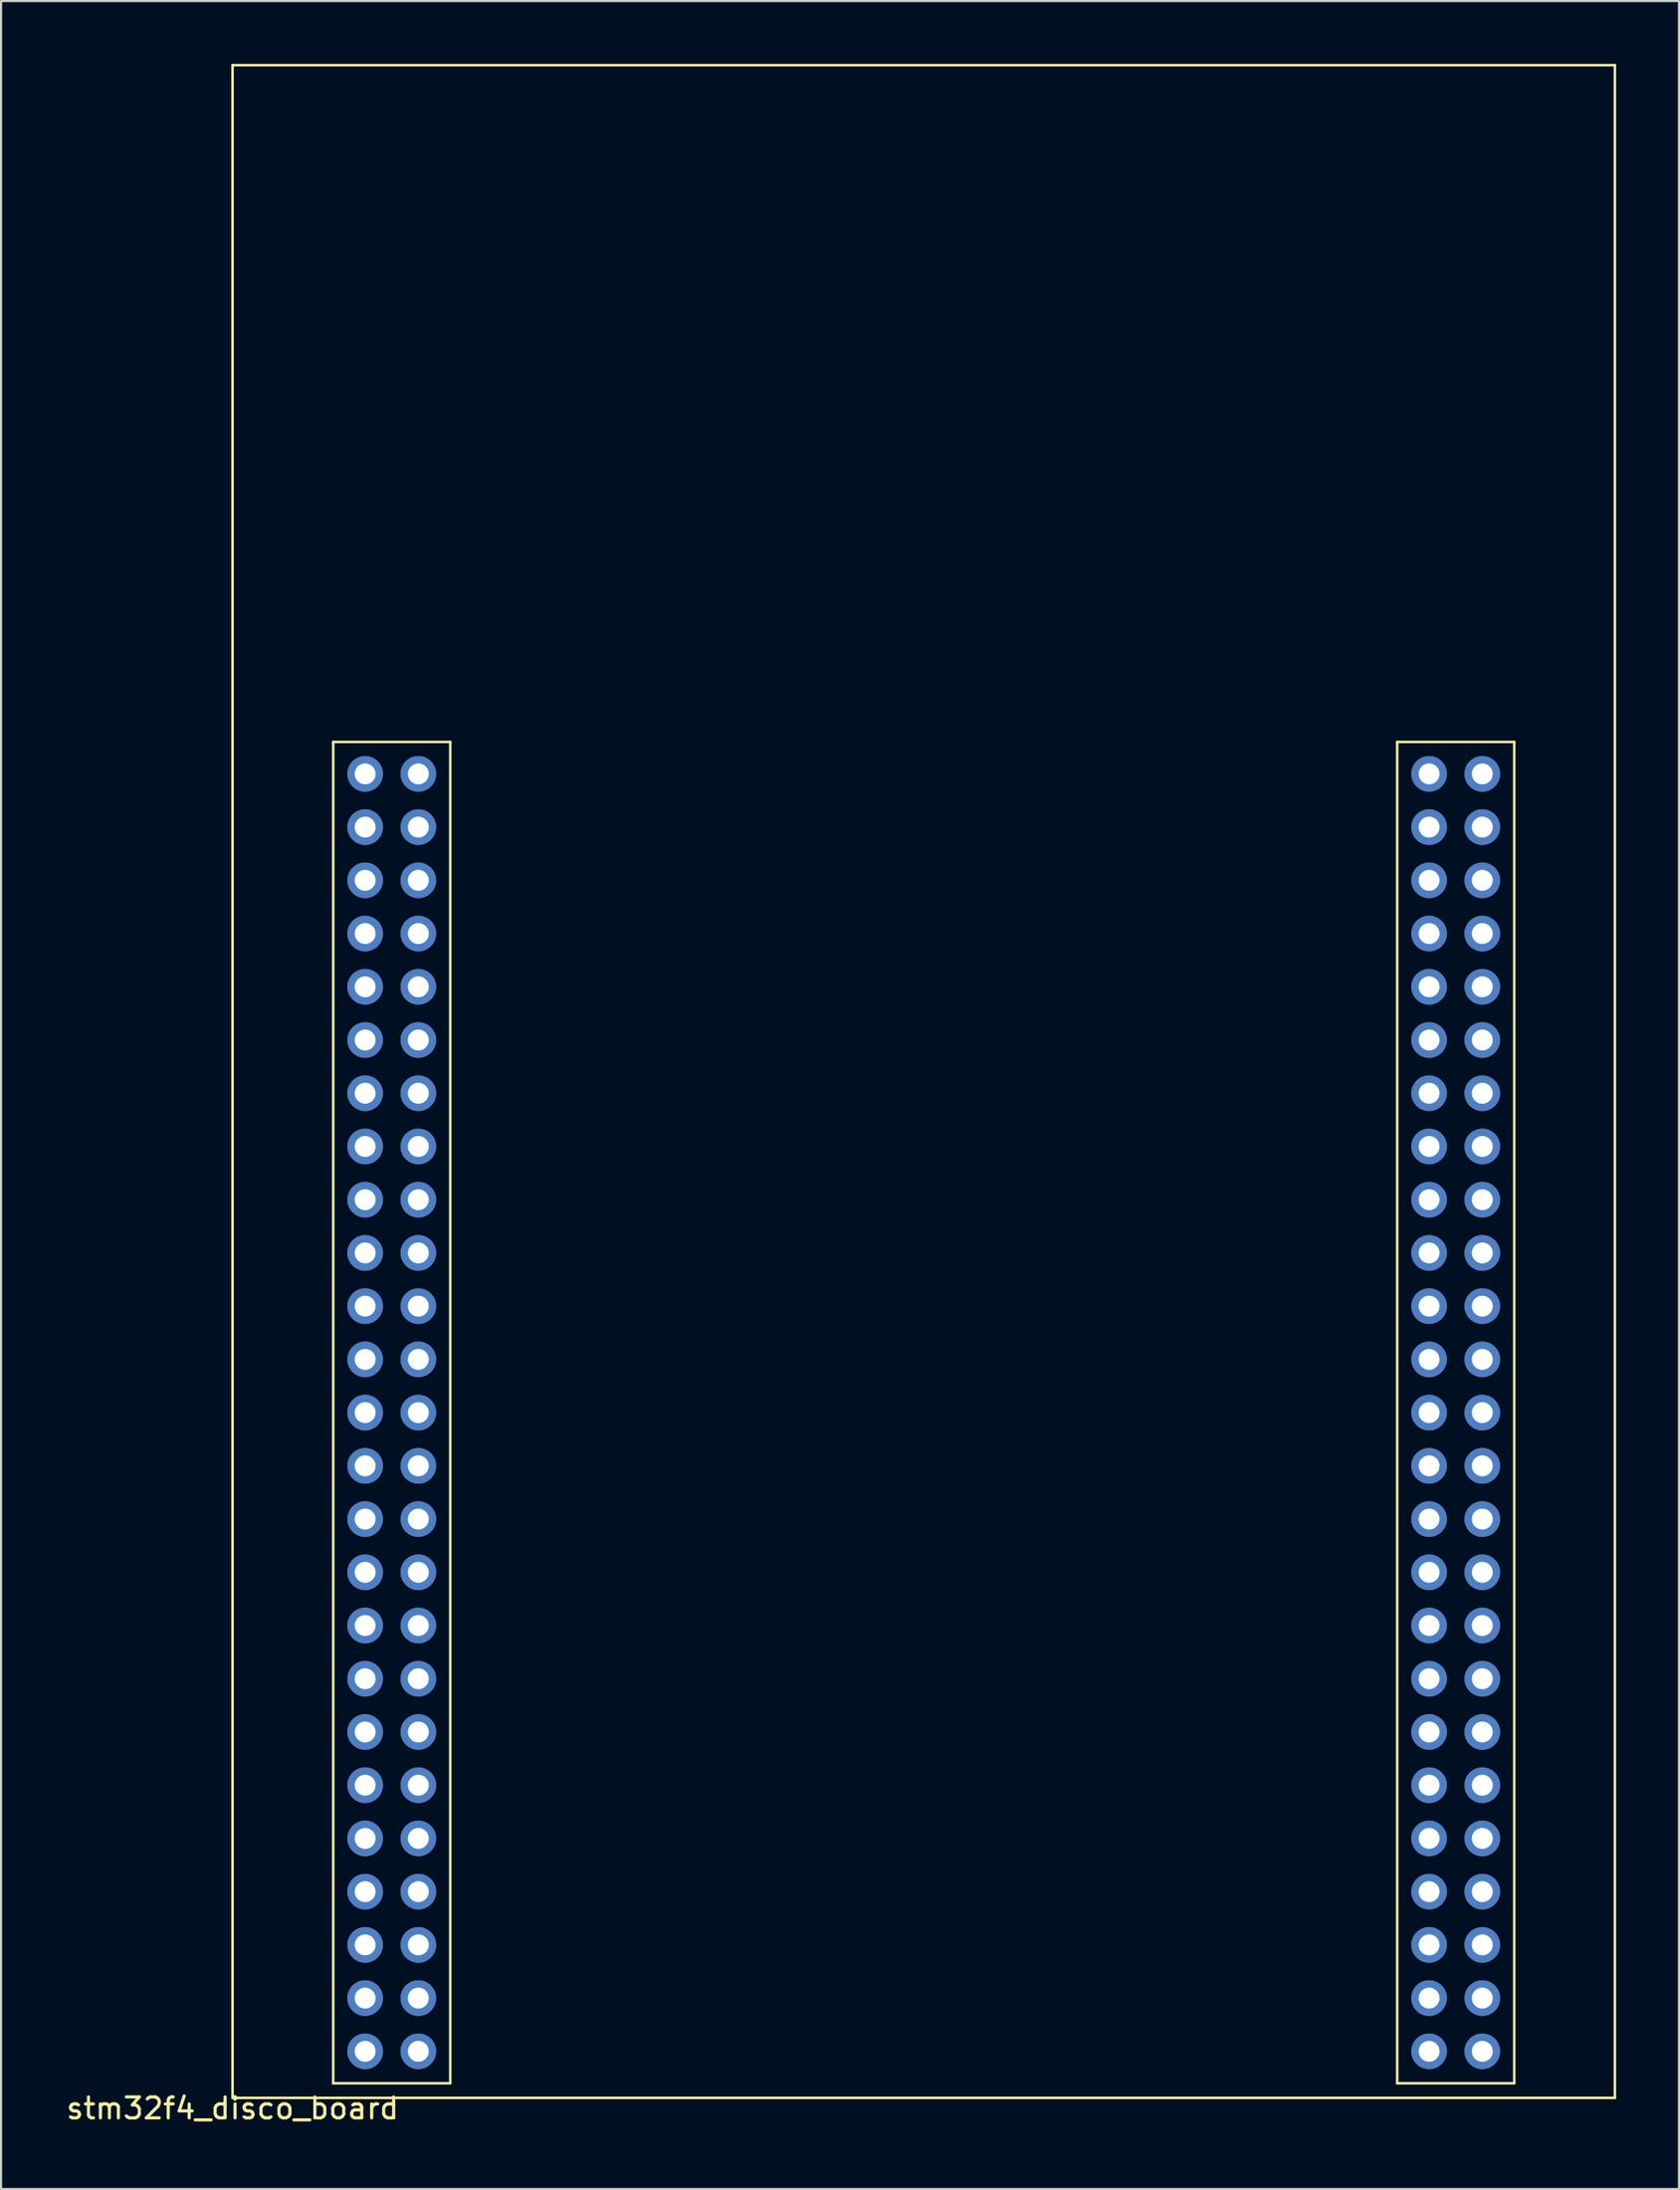
<source format=kicad_pcb>
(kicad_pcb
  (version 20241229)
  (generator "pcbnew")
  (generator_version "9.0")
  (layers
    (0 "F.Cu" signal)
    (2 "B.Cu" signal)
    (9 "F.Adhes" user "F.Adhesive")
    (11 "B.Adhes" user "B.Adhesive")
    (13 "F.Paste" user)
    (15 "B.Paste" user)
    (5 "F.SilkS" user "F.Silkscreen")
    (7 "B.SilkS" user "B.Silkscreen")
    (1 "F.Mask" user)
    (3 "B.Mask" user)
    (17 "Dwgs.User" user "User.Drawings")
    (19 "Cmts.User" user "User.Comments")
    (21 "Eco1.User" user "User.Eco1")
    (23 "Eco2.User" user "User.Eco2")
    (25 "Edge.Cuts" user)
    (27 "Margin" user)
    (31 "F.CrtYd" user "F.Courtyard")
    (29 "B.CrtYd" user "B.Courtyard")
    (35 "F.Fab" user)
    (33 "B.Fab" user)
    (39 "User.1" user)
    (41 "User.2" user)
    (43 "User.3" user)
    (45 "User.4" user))
  (footprint "stm32f4_disco_board"
    (layer "F.Cu")
    (at 8.054 97.06)
    (property "Reference" "stm32f4_disco_board" (at 0 0.5 0) (layer "F.SilkS") (effects (font (size 1 1) (thickness 0.15))))
    (attr through_hole)
    (fp_line (start 0 -97) (end 66 -97) (stroke (width 0.12) (type solid)) (layer "F.SilkS"))
    (fp_line (start 0 0) (end 0 -97) (stroke (width 0.12) (type solid)) (layer "F.SilkS"))
    (fp_line (start 4.806 -64.704) (end 10.394 -64.704) (stroke (width 0.12) (type solid)) (layer "F.SilkS"))
    (fp_line (start 4.806 -0.696) (end 4.806 -64.704) (stroke (width 0.12) (type solid)) (layer "F.SilkS"))
    (fp_line (start 10.394 -64.704) (end 10.394 -0.696) (stroke (width 0.12) (type solid)) (layer "F.SilkS"))
    (fp_line (start 10.394 -0.696) (end 4.806 -0.696) (stroke (width 0.12) (type solid)) (layer "F.SilkS"))
    (fp_line (start 55.606 -64.704) (end 55.606 -0.696) (stroke (width 0.12) (type solid)) (layer "F.SilkS"))
    (fp_line (start 55.606 -0.696) (end 61.194 -0.696) (stroke (width 0.12) (type solid)) (layer "F.SilkS"))
    (fp_line (start 61.194 -64.704) (end 55.606 -64.704) (stroke (width 0.12) (type solid)) (layer "F.SilkS"))
    (fp_line (start 61.194 -0.696) (end 61.194 -64.704) (stroke (width 0.12) (type solid)) (layer "F.SilkS"))
    (fp_line (start 66 -97) (end 66 0) (stroke (width 0.12) (type solid)) (layer "F.SilkS"))
    (fp_line (start 66 0) (end 0 0) (stroke (width 0.12) (type solid)) (layer "F.SilkS"))
    (pad "1" thru_hole oval (at 6.33 -63.18) (size 1.7 1.7) (drill 1) (layers "*.Cu" "*.Mask"))
    (pad "2" thru_hole oval (at 8.87 -63.18) (size 1.7 1.7) (drill 1) (layers "*.Cu" "*.Mask"))
    (pad "3" thru_hole oval (at 6.33 -60.64) (size 1.7 1.7) (drill 1) (layers "*.Cu" "*.Mask"))
    (pad "4" thru_hole oval (at 8.87 -60.64) (size 1.7 1.7) (drill 1) (layers "*.Cu" "*.Mask"))
    (pad "5" thru_hole oval (at 6.33 -58.1) (size 1.7 1.7) (drill 1) (layers "*.Cu" "*.Mask"))
    (pad "6" thru_hole oval (at 8.87 -58.1) (size 1.7 1.7) (drill 1) (layers "*.Cu" "*.Mask"))
    (pad "7" thru_hole oval (at 6.33 -55.56) (size 1.7 1.7) (drill 1) (layers "*.Cu" "*.Mask"))
    (pad "8" thru_hole oval (at 8.87 -55.56) (size 1.7 1.7) (drill 1) (layers "*.Cu" "*.Mask"))
    (pad "9" thru_hole oval (at 6.33 -53.02) (size 1.7 1.7) (drill 1) (layers "*.Cu" "*.Mask"))
    (pad "10" thru_hole oval (at 8.87 -53.02) (size 1.7 1.7) (drill 1) (layers "*.Cu" "*.Mask"))
    (pad "11" thru_hole oval (at 6.33 -50.48) (size 1.7 1.7) (drill 1) (layers "*.Cu" "*.Mask"))
    (pad "12" thru_hole oval (at 8.87 -50.48) (size 1.7 1.7) (drill 1) (layers "*.Cu" "*.Mask"))
    (pad "13" thru_hole oval (at 6.33 -47.94) (size 1.7 1.7) (drill 1) (layers "*.Cu" "*.Mask"))
    (pad "14" thru_hole oval (at 8.87 -47.94) (size 1.7 1.7) (drill 1) (layers "*.Cu" "*.Mask"))
    (pad "15" thru_hole oval (at 6.33 -45.4) (size 1.7 1.7) (drill 1) (layers "*.Cu" "*.Mask"))
    (pad "16" thru_hole oval (at 8.87 -45.4) (size 1.7 1.7) (drill 1) (layers "*.Cu" "*.Mask"))
    (pad "17" thru_hole oval (at 6.33 -42.86) (size 1.7 1.7) (drill 1) (layers "*.Cu" "*.Mask"))
    (pad "18" thru_hole oval (at 8.87 -42.86) (size 1.7 1.7) (drill 1) (layers "*.Cu" "*.Mask"))
    (pad "19" thru_hole oval (at 6.33 -40.32) (size 1.7 1.7) (drill 1) (layers "*.Cu" "*.Mask"))
    (pad "20" thru_hole oval (at 8.87 -40.32) (size 1.7 1.7) (drill 1) (layers "*.Cu" "*.Mask"))
    (pad "21" thru_hole oval (at 6.33 -37.78) (size 1.7 1.7) (drill 1) (layers "*.Cu" "*.Mask"))
    (pad "22" thru_hole oval (at 8.87 -37.78) (size 1.7 1.7) (drill 1) (layers "*.Cu" "*.Mask"))
    (pad "23" thru_hole oval (at 6.33 -35.24) (size 1.7 1.7) (drill 1) (layers "*.Cu" "*.Mask"))
    (pad "24" thru_hole oval (at 8.87 -35.24) (size 1.7 1.7) (drill 1) (layers "*.Cu" "*.Mask"))
    (pad "25" thru_hole oval (at 6.33 -32.7) (size 1.7 1.7) (drill 1) (layers "*.Cu" "*.Mask"))
    (pad "26" thru_hole oval (at 8.87 -32.7) (size 1.7 1.7) (drill 1) (layers "*.Cu" "*.Mask"))
    (pad "27" thru_hole oval (at 6.33 -30.16) (size 1.7 1.7) (drill 1) (layers "*.Cu" "*.Mask"))
    (pad "28" thru_hole oval (at 8.87 -30.16) (size 1.7 1.7) (drill 1) (layers "*.Cu" "*.Mask"))
    (pad "29" thru_hole oval (at 6.33 -27.62) (size 1.7 1.7) (drill 1) (layers "*.Cu" "*.Mask"))
    (pad "30" thru_hole oval (at 8.87 -27.62) (size 1.7 1.7) (drill 1) (layers "*.Cu" "*.Mask"))
    (pad "31" thru_hole oval (at 6.33 -25.08) (size 1.7 1.7) (drill 1) (layers "*.Cu" "*.Mask"))
    (pad "32" thru_hole oval (at 8.87 -25.08) (size 1.7 1.7) (drill 1) (layers "*.Cu" "*.Mask"))
    (pad "33" thru_hole oval (at 6.33 -22.54) (size 1.7 1.7) (drill 1) (layers "*.Cu" "*.Mask"))
    (pad "34" thru_hole oval (at 8.87 -22.54) (size 1.7 1.7) (drill 1) (layers "*.Cu" "*.Mask"))
    (pad "35" thru_hole oval (at 6.33 -20) (size 1.7 1.7) (drill 1) (layers "*.Cu" "*.Mask"))
    (pad "36" thru_hole oval (at 8.87 -20) (size 1.7 1.7) (drill 1) (layers "*.Cu" "*.Mask"))
    (pad "37" thru_hole oval (at 6.33 -17.46) (size 1.7 1.7) (drill 1) (layers "*.Cu" "*.Mask"))
    (pad "38" thru_hole oval (at 8.87 -17.46) (size 1.7 1.7) (drill 1) (layers "*.Cu" "*.Mask"))
    (pad "39" thru_hole oval (at 6.33 -14.92) (size 1.7 1.7) (drill 1) (layers "*.Cu" "*.Mask"))
    (pad "40" thru_hole oval (at 8.87 -14.92) (size 1.7 1.7) (drill 1) (layers "*.Cu" "*.Mask"))
    (pad "41" thru_hole oval (at 6.33 -12.38) (size 1.7 1.7) (drill 1) (layers "*.Cu" "*.Mask"))
    (pad "42" thru_hole oval (at 8.87 -12.38) (size 1.7 1.7) (drill 1) (layers "*.Cu" "*.Mask"))
    (pad "43" thru_hole oval (at 6.33 -9.84) (size 1.7 1.7) (drill 1) (layers "*.Cu" "*.Mask"))
    (pad "44" thru_hole oval (at 8.87 -9.84) (size 1.7 1.7) (drill 1) (layers "*.Cu" "*.Mask"))
    (pad "45" thru_hole oval (at 6.33 -7.3) (size 1.7 1.7) (drill 1) (layers "*.Cu" "*.Mask"))
    (pad "46" thru_hole oval (at 8.87 -7.3) (size 1.7 1.7) (drill 1) (layers "*.Cu" "*.Mask"))
    (pad "47" thru_hole oval (at 6.33 -4.76) (size 1.7 1.7) (drill 1) (layers "*.Cu" "*.Mask"))
    (pad "48" thru_hole oval (at 8.87 -4.76) (size 1.7 1.7) (drill 1) (layers "*.Cu" "*.Mask"))
    (pad "49" thru_hole oval (at 6.33 -2.22) (size 1.7 1.7) (drill 1) (layers "*.Cu" "*.Mask"))
    (pad "50" thru_hole oval (at 8.87 -2.22) (size 1.7 1.7) (drill 1) (layers "*.Cu" "*.Mask"))
    (pad "51" thru_hole oval (at 57.13 -63.18) (size 1.7 1.7) (drill 1) (layers "*.Cu" "*.Mask"))
    (pad "52" thru_hole oval (at 59.67 -63.18) (size 1.7 1.7) (drill 1) (layers "*.Cu" "*.Mask"))
    (pad "53" thru_hole oval (at 57.13 -60.64) (size 1.7 1.7) (drill 1) (layers "*.Cu" "*.Mask"))
    (pad "54" thru_hole oval (at 59.67 -60.64) (size 1.7 1.7) (drill 1) (layers "*.Cu" "*.Mask"))
    (pad "55" thru_hole oval (at 57.13 -58.1) (size 1.7 1.7) (drill 1) (layers "*.Cu" "*.Mask"))
    (pad "56" thru_hole oval (at 59.67 -58.1) (size 1.7 1.7) (drill 1) (layers "*.Cu" "*.Mask"))
    (pad "57" thru_hole oval (at 57.13 -55.56) (size 1.7 1.7) (drill 1) (layers "*.Cu" "*.Mask"))
    (pad "58" thru_hole oval (at 59.67 -55.56) (size 1.7 1.7) (drill 1) (layers "*.Cu" "*.Mask"))
    (pad "59" thru_hole oval (at 57.13 -53.02) (size 1.7 1.7) (drill 1) (layers "*.Cu" "*.Mask"))
    (pad "60" thru_hole oval (at 59.67 -53.02) (size 1.7 1.7) (drill 1) (layers "*.Cu" "*.Mask"))
    (pad "61" thru_hole oval (at 57.13 -50.48) (size 1.7 1.7) (drill 1) (layers "*.Cu" "*.Mask"))
    (pad "62" thru_hole oval (at 59.67 -50.48) (size 1.7 1.7) (drill 1) (layers "*.Cu" "*.Mask"))
    (pad "63" thru_hole oval (at 57.13 -47.94) (size 1.7 1.7) (drill 1) (layers "*.Cu" "*.Mask"))
    (pad "64" thru_hole oval (at 59.67 -47.94) (size 1.7 1.7) (drill 1) (layers "*.Cu" "*.Mask"))
    (pad "65" thru_hole oval (at 57.13 -45.4) (size 1.7 1.7) (drill 1) (layers "*.Cu" "*.Mask"))
    (pad "66" thru_hole oval (at 59.67 -45.4) (size 1.7 1.7) (drill 1) (layers "*.Cu" "*.Mask"))
    (pad "67" thru_hole oval (at 57.13 -42.86) (size 1.7 1.7) (drill 1) (layers "*.Cu" "*.Mask"))
    (pad "68" thru_hole oval (at 59.67 -42.86) (size 1.7 1.7) (drill 1) (layers "*.Cu" "*.Mask"))
    (pad "69" thru_hole oval (at 57.13 -40.32) (size 1.7 1.7) (drill 1) (layers "*.Cu" "*.Mask"))
    (pad "70" thru_hole oval (at 59.67 -40.32) (size 1.7 1.7) (drill 1) (layers "*.Cu" "*.Mask"))
    (pad "71" thru_hole oval (at 57.13 -37.78) (size 1.7 1.7) (drill 1) (layers "*.Cu" "*.Mask"))
    (pad "72" thru_hole oval (at 59.67 -37.78) (size 1.7 1.7) (drill 1) (layers "*.Cu" "*.Mask"))
    (pad "73" thru_hole oval (at 57.13 -35.24) (size 1.7 1.7) (drill 1) (layers "*.Cu" "*.Mask"))
    (pad "74" thru_hole oval (at 59.67 -35.24) (size 1.7 1.7) (drill 1) (layers "*.Cu" "*.Mask"))
    (pad "75" thru_hole oval (at 57.13 -32.7) (size 1.7 1.7) (drill 1) (layers "*.Cu" "*.Mask"))
    (pad "76" thru_hole oval (at 59.67 -32.7) (size 1.7 1.7) (drill 1) (layers "*.Cu" "*.Mask"))
    (pad "77" thru_hole oval (at 57.13 -30.16) (size 1.7 1.7) (drill 1) (layers "*.Cu" "*.Mask"))
    (pad "78" thru_hole oval (at 59.67 -30.16) (size 1.7 1.7) (drill 1) (layers "*.Cu" "*.Mask"))
    (pad "79" thru_hole oval (at 57.13 -27.62) (size 1.7 1.7) (drill 1) (layers "*.Cu" "*.Mask"))
    (pad "80" thru_hole oval (at 59.67 -27.62) (size 1.7 1.7) (drill 1) (layers "*.Cu" "*.Mask"))
    (pad "81" thru_hole oval (at 57.13 -25.08) (size 1.7 1.7) (drill 1) (layers "*.Cu" "*.Mask"))
    (pad "82" thru_hole oval (at 59.67 -25.08) (size 1.7 1.7) (drill 1) (layers "*.Cu" "*.Mask"))
    (pad "83" thru_hole oval (at 57.13 -22.54) (size 1.7 1.7) (drill 1) (layers "*.Cu" "*.Mask"))
    (pad "84" thru_hole oval (at 59.67 -22.54) (size 1.7 1.7) (drill 1) (layers "*.Cu" "*.Mask"))
    (pad "85" thru_hole oval (at 57.13 -20) (size 1.7 1.7) (drill 1) (layers "*.Cu" "*.Mask"))
    (pad "86" thru_hole oval (at 59.67 -20) (size 1.7 1.7) (drill 1) (layers "*.Cu" "*.Mask"))
    (pad "87" thru_hole oval (at 57.13 -17.46) (size 1.7 1.7) (drill 1) (layers "*.Cu" "*.Mask"))
    (pad "88" thru_hole oval (at 59.67 -17.46) (size 1.7 1.7) (drill 1) (layers "*.Cu" "*.Mask"))
    (pad "89" thru_hole oval (at 57.13 -14.92) (size 1.7 1.7) (drill 1) (layers "*.Cu" "*.Mask"))
    (pad "90" thru_hole oval (at 59.67 -14.92) (size 1.7 1.7) (drill 1) (layers "*.Cu" "*.Mask"))
    (pad "91" thru_hole oval (at 57.13 -12.38) (size 1.7 1.7) (drill 1) (layers "*.Cu" "*.Mask"))
    (pad "92" thru_hole oval (at 59.67 -12.38) (size 1.7 1.7) (drill 1) (layers "*.Cu" "*.Mask"))
    (pad "93" thru_hole oval (at 57.13 -9.84) (size 1.7 1.7) (drill 1) (layers "*.Cu" "*.Mask"))
    (pad "94" thru_hole oval (at 59.67 -9.84) (size 1.7 1.7) (drill 1) (layers "*.Cu" "*.Mask"))
    (pad "95" thru_hole oval (at 57.13 -7.3) (size 1.7 1.7) (drill 1) (layers "*.Cu" "*.Mask"))
    (pad "96" thru_hole oval (at 59.67 -7.3) (size 1.7 1.7) (drill 1) (layers "*.Cu" "*.Mask"))
    (pad "97" thru_hole oval (at 57.13 -4.76) (size 1.7 1.7) (drill 1) (layers "*.Cu" "*.Mask"))
    (pad "98" thru_hole oval (at 59.67 -4.76) (size 1.7 1.7) (drill 1) (layers "*.Cu" "*.Mask"))
    (pad "99" thru_hole oval (at 57.13 -2.22) (size 1.7 1.7) (drill 1) (layers "*.Cu" "*.Mask"))
    (pad "100" thru_hole oval (at 59.67 -2.22) (size 1.7 1.7) (drill 1) (layers "*.Cu" "*.Mask")))
  (gr_rect
    (start -3 -3)
    (end 77.114 101.408)
    (stroke (width 0.1) (type default))
    (fill no)
    (layer "Edge.Cuts")))
</source>
